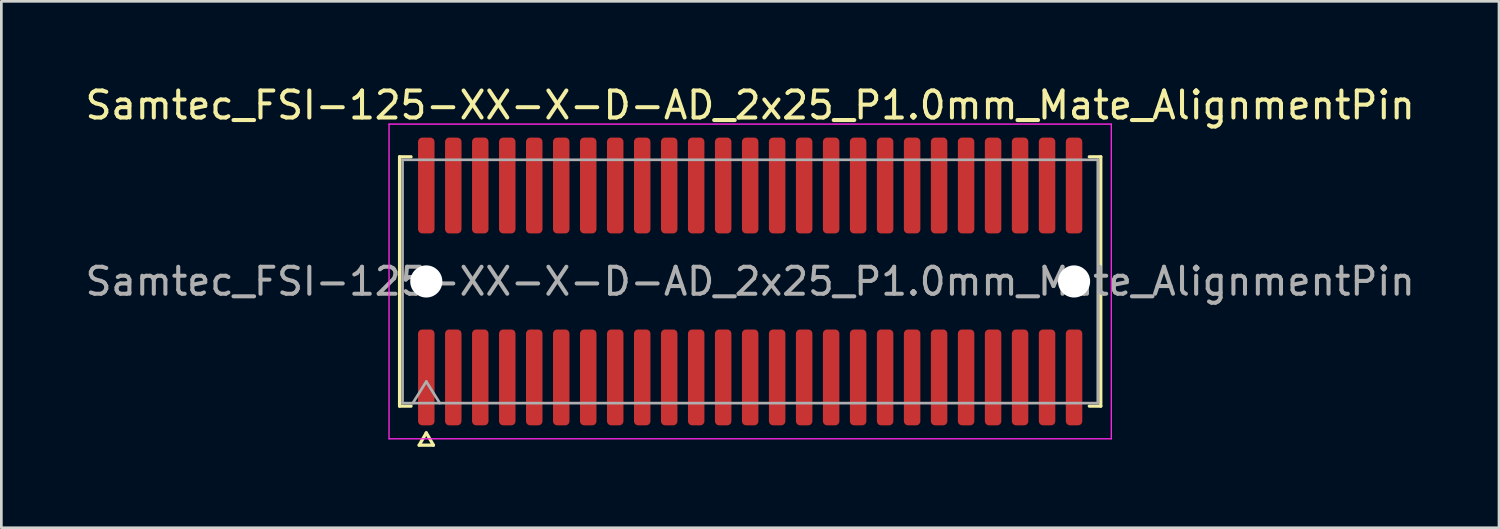
<source format=kicad_pcb>
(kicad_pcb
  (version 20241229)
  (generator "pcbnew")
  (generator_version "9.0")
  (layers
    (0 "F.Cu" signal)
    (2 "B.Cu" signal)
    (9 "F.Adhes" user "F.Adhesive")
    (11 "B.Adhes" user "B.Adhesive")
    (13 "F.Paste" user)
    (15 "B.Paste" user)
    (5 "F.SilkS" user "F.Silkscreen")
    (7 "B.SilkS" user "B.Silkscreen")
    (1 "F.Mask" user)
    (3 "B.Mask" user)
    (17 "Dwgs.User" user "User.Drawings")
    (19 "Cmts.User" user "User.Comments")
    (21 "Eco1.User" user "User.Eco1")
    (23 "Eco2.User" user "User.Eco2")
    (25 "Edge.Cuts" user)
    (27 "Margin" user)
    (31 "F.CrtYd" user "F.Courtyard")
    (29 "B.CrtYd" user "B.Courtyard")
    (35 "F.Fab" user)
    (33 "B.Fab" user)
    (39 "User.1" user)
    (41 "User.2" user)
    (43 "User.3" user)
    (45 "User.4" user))
  (footprint "Samtec_FSI-125-XX-X-D-AD_2x25_P1.0mm_Mate_AlignmentPin"
    (layer "F.Cu")
    (at 24.744 7.378)
    (property "Reference" "Samtec_FSI-125-XX-X-D-AD_2x25_P1.0mm_Mate_AlignmentPin" (at 0 -6.53 0) (layer "F.SilkS") (effects (font (size 1 1) (thickness 0.15))))
    (attr smd exclude_from_pos_files exclude_from_bom)
    (fp_line (start -12.99 -4.619) (end -12.565 -4.619) (stroke (width 0.12) (type solid)) (layer "F.SilkS"))
    (fp_line (start -12.99 4.619) (end -12.99 -4.619) (stroke (width 0.12) (type solid)) (layer "F.SilkS"))
    (fp_line (start -12.565 4.619) (end -12.99 4.619) (stroke (width 0.12) (type solid)) (layer "F.SilkS"))
    (fp_line (start -12.264 6.066) (end -12 5.609) (stroke (width 0.12) (type solid)) (layer "F.SilkS"))
    (fp_line (start -12 5.609) (end -11.736 6.066) (stroke (width 0.12) (type solid)) (layer "F.SilkS"))
    (fp_line (start -11.736 6.066) (end -12.264 6.066) (stroke (width 0.12) (type solid)) (layer "F.SilkS"))
    (fp_line (start 12.565 -4.619) (end 12.99 -4.619) (stroke (width 0.12) (type solid)) (layer "F.SilkS"))
    (fp_line (start 12.99 -4.619) (end 12.99 4.619) (stroke (width 0.12) (type solid)) (layer "F.SilkS"))
    (fp_line (start 12.99 4.619) (end 12.565 4.619) (stroke (width 0.12) (type solid)) (layer "F.SilkS"))
    (fp_line (start -13.38 -5.83) (end -13.38 5.83) (stroke (width 0.05) (type solid)) (layer "F.CrtYd"))
    (fp_line (start -13.38 5.83) (end 13.38 5.83) (stroke (width 0.05) (type solid)) (layer "F.CrtYd"))
    (fp_line (start 13.38 -5.83) (end -13.38 -5.83) (stroke (width 0.05) (type solid)) (layer "F.CrtYd"))
    (fp_line (start 13.38 5.83) (end 13.38 -5.83) (stroke (width 0.05) (type solid)) (layer "F.CrtYd"))
    (fp_line (start -12.88 -4.508) (end 12.88 -4.508) (stroke (width 0.1) (type solid)) (layer "F.Fab"))
    (fp_line (start -12.88 4.508) (end -12.88 -4.508) (stroke (width 0.1) (type solid)) (layer "F.Fab"))
    (fp_line (start -12.5 4.508) (end -12 3.708) (stroke (width 0.1) (type solid)) (layer "F.Fab"))
    (fp_line (start -12 3.708) (end -11.5 4.508) (stroke (width 0.1) (type solid)) (layer "F.Fab"))
    (fp_line (start 12.88 -4.508) (end 12.88 4.508) (stroke (width 0.1) (type solid)) (layer "F.Fab"))
    (fp_line (start 12.88 4.508) (end -12.88 4.508) (stroke (width 0.1) (type solid)) (layer "F.Fab"))
    (fp_text user "${REFERENCE}" (at 0 0 0) (layer "F.Fab") (effects (font (size 1 1) (thickness 0.15))))
    (pad "" np_thru_hole circle (at -12 0) (size 1.19 1.19) (drill 1.19) (layers "*.Cu" "*.Mask"))
    (pad "" np_thru_hole circle (at 12 0) (size 1.19 1.19) (drill 1.19) (layers "*.Cu" "*.Mask"))
    (pad "1" smd roundrect (at -12 3.555) (size 0.61 3.55) (layers "F.Cu" "F.Mask") (roundrect_rratio 0.25))
    (pad "2" smd roundrect (at -12 -3.555) (size 0.61 3.55) (layers "F.Cu" "F.Mask") (roundrect_rratio 0.25))
    (pad "3" smd roundrect (at -11 3.555) (size 0.61 3.55) (layers "F.Cu" "F.Mask") (roundrect_rratio 0.25))
    (pad "4" smd roundrect (at -11 -3.555) (size 0.61 3.55) (layers "F.Cu" "F.Mask") (roundrect_rratio 0.25))
    (pad "5" smd roundrect (at -10 3.555) (size 0.61 3.55) (layers "F.Cu" "F.Mask") (roundrect_rratio 0.25))
    (pad "6" smd roundrect (at -10 -3.555) (size 0.61 3.55) (layers "F.Cu" "F.Mask") (roundrect_rratio 0.25))
    (pad "7" smd roundrect (at -9 3.555) (size 0.61 3.55) (layers "F.Cu" "F.Mask") (roundrect_rratio 0.25))
    (pad "8" smd roundrect (at -9 -3.555) (size 0.61 3.55) (layers "F.Cu" "F.Mask") (roundrect_rratio 0.25))
    (pad "9" smd roundrect (at -8 3.555) (size 0.61 3.55) (layers "F.Cu" "F.Mask") (roundrect_rratio 0.25))
    (pad "10" smd roundrect (at -8 -3.555) (size 0.61 3.55) (layers "F.Cu" "F.Mask") (roundrect_rratio 0.25))
    (pad "11" smd roundrect (at -7 3.555) (size 0.61 3.55) (layers "F.Cu" "F.Mask") (roundrect_rratio 0.25))
    (pad "12" smd roundrect (at -7 -3.555) (size 0.61 3.55) (layers "F.Cu" "F.Mask") (roundrect_rratio 0.25))
    (pad "13" smd roundrect (at -6 3.555) (size 0.61 3.55) (layers "F.Cu" "F.Mask") (roundrect_rratio 0.25))
    (pad "14" smd roundrect (at -6 -3.555) (size 0.61 3.55) (layers "F.Cu" "F.Mask") (roundrect_rratio 0.25))
    (pad "15" smd roundrect (at -5 3.555) (size 0.61 3.55) (layers "F.Cu" "F.Mask") (roundrect_rratio 0.25))
    (pad "16" smd roundrect (at -5 -3.555) (size 0.61 3.55) (layers "F.Cu" "F.Mask") (roundrect_rratio 0.25))
    (pad "17" smd roundrect (at -4 3.555) (size 0.61 3.55) (layers "F.Cu" "F.Mask") (roundrect_rratio 0.25))
    (pad "18" smd roundrect (at -4 -3.555) (size 0.61 3.55) (layers "F.Cu" "F.Mask") (roundrect_rratio 0.25))
    (pad "19" smd roundrect (at -3 3.555) (size 0.61 3.55) (layers "F.Cu" "F.Mask") (roundrect_rratio 0.25))
    (pad "20" smd roundrect (at -3 -3.555) (size 0.61 3.55) (layers "F.Cu" "F.Mask") (roundrect_rratio 0.25))
    (pad "21" smd roundrect (at -2 3.555) (size 0.61 3.55) (layers "F.Cu" "F.Mask") (roundrect_rratio 0.25))
    (pad "22" smd roundrect (at -2 -3.555) (size 0.61 3.55) (layers "F.Cu" "F.Mask") (roundrect_rratio 0.25))
    (pad "23" smd roundrect (at -1 3.555) (size 0.61 3.55) (layers "F.Cu" "F.Mask") (roundrect_rratio 0.25))
    (pad "24" smd roundrect (at -1 -3.555) (size 0.61 3.55) (layers "F.Cu" "F.Mask") (roundrect_rratio 0.25))
    (pad "25" smd roundrect (at 0 3.555) (size 0.61 3.55) (layers "F.Cu" "F.Mask") (roundrect_rratio 0.25))
    (pad "26" smd roundrect (at 0 -3.555) (size 0.61 3.55) (layers "F.Cu" "F.Mask") (roundrect_rratio 0.25))
    (pad "27" smd roundrect (at 1 3.555) (size 0.61 3.55) (layers "F.Cu" "F.Mask") (roundrect_rratio 0.25))
    (pad "28" smd roundrect (at 1 -3.555) (size 0.61 3.55) (layers "F.Cu" "F.Mask") (roundrect_rratio 0.25))
    (pad "29" smd roundrect (at 2 3.555) (size 0.61 3.55) (layers "F.Cu" "F.Mask") (roundrect_rratio 0.25))
    (pad "30" smd roundrect (at 2 -3.555) (size 0.61 3.55) (layers "F.Cu" "F.Mask") (roundrect_rratio 0.25))
    (pad "31" smd roundrect (at 3 3.555) (size 0.61 3.55) (layers "F.Cu" "F.Mask") (roundrect_rratio 0.25))
    (pad "32" smd roundrect (at 3 -3.555) (size 0.61 3.55) (layers "F.Cu" "F.Mask") (roundrect_rratio 0.25))
    (pad "33" smd roundrect (at 4 3.555) (size 0.61 3.55) (layers "F.Cu" "F.Mask") (roundrect_rratio 0.25))
    (pad "34" smd roundrect (at 4 -3.555) (size 0.61 3.55) (layers "F.Cu" "F.Mask") (roundrect_rratio 0.25))
    (pad "35" smd roundrect (at 5 3.555) (size 0.61 3.55) (layers "F.Cu" "F.Mask") (roundrect_rratio 0.25))
    (pad "36" smd roundrect (at 5 -3.555) (size 0.61 3.55) (layers "F.Cu" "F.Mask") (roundrect_rratio 0.25))
    (pad "37" smd roundrect (at 6 3.555) (size 0.61 3.55) (layers "F.Cu" "F.Mask") (roundrect_rratio 0.25))
    (pad "38" smd roundrect (at 6 -3.555) (size 0.61 3.55) (layers "F.Cu" "F.Mask") (roundrect_rratio 0.25))
    (pad "39" smd roundrect (at 7 3.555) (size 0.61 3.55) (layers "F.Cu" "F.Mask") (roundrect_rratio 0.25))
    (pad "40" smd roundrect (at 7 -3.555) (size 0.61 3.55) (layers "F.Cu" "F.Mask") (roundrect_rratio 0.25))
    (pad "41" smd roundrect (at 8 3.555) (size 0.61 3.55) (layers "F.Cu" "F.Mask") (roundrect_rratio 0.25))
    (pad "42" smd roundrect (at 8 -3.555) (size 0.61 3.55) (layers "F.Cu" "F.Mask") (roundrect_rratio 0.25))
    (pad "43" smd roundrect (at 9 3.555) (size 0.61 3.55) (layers "F.Cu" "F.Mask") (roundrect_rratio 0.25))
    (pad "44" smd roundrect (at 9 -3.555) (size 0.61 3.55) (layers "F.Cu" "F.Mask") (roundrect_rratio 0.25))
    (pad "45" smd roundrect (at 10 3.555) (size 0.61 3.55) (layers "F.Cu" "F.Mask") (roundrect_rratio 0.25))
    (pad "46" smd roundrect (at 10 -3.555) (size 0.61 3.55) (layers "F.Cu" "F.Mask") (roundrect_rratio 0.25))
    (pad "47" smd roundrect (at 11 3.555) (size 0.61 3.55) (layers "F.Cu" "F.Mask") (roundrect_rratio 0.25))
    (pad "48" smd roundrect (at 11 -3.555) (size 0.61 3.55) (layers "F.Cu" "F.Mask") (roundrect_rratio 0.25))
    (pad "49" smd roundrect (at 12 3.555) (size 0.61 3.55) (layers "F.Cu" "F.Mask") (roundrect_rratio 0.25))
    (pad "50" smd roundrect (at 12 -3.555) (size 0.61 3.55) (layers "F.Cu" "F.Mask") (roundrect_rratio 0.25)))
  (gr_rect
    (start -3 -3)
    (end 52.488 16.504)
    (stroke (width 0.1) (type default))
    (fill no)
    (layer "Edge.Cuts")))
</source>
